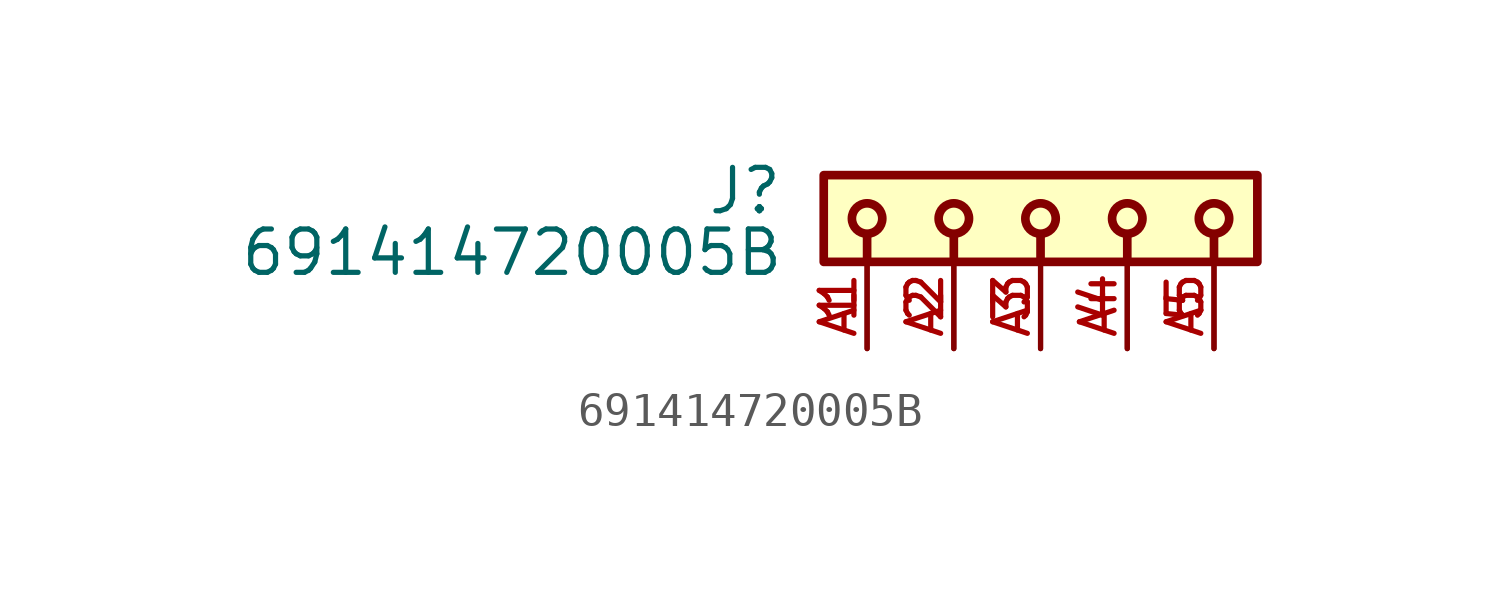
<source format=kicad_sym>
(kicad_symbol_lib
  (version 20211014)
  (generator kicad_symbol_editor)
  (symbol "691414720005B"
    (pin_names
      (offset 1.016))
    (property "Reference" "J"
      (at -7.53 -1.205 0)
      (effects (font (size 1.27 1.27)) (justify bottom right)))
    (property "Value" "691414720005B"
      (at -7.49 -3.01 0)
      (effects (font (size 1.27 1.27)) (justify bottom right)))
    (symbol "691414720005B_0_0"
      (polyline (pts (xy -5.08 -1.778) (xy -5.08 -2.54)) (stroke (width 0.254)))
      (polyline (pts (xy -2.54 -1.778) (xy -2.54 -2.54)) (stroke (width 0.254)))
      (polyline (pts (xy 0.0 -1.778) (xy 0.0 -2.54)) (stroke (width 0.254)))
      (polyline (pts (xy 2.54 -1.778) (xy 2.54 -2.54)) (stroke (width 0.254)))
      (polyline (pts (xy 5.08 -1.778) (xy 5.08 -2.54)) (stroke (width 0.254)))
      (circle (center -5.08 -1.27) (radius 0.445) (stroke (width 0.254)) (fill (type none)))
      (circle (center -2.54 -1.27) (radius 0.445) (stroke (width 0.254)) (fill (type none)))
      (circle (center 0.0 -1.27) (radius 0.445) (stroke (width 0.254)) (fill (type none)))
      (circle (center 2.54 -1.27) (radius 0.445) (stroke (width 0.254)) (fill (type none)))
      (circle (center 5.08 -1.27) (radius 0.445) (stroke (width 0.254)) (fill (type none)))
      (rectangle (start -6.35 -2.54) (end 6.35 0.0) (stroke (width 0.254)) (fill (type background)))
      (pin passive line (at -5.08 -5.08 90.0) (length 2.54) (name "~" (effects (font (size 1.016 1.016)))) (number "1" (effects (font (size 1.016 1.016)))))
      (pin passive line (at -2.54 -5.08 90.0) (length 2.54) (name "~" (effects (font (size 1.016 1.016)))) (number "2" (effects (font (size 1.016 1.016)))))
      (pin passive line (at 0.0 -5.08 90.0) (length 2.54) (name "~" (effects (font (size 1.016 1.016)))) (number "3" (effects (font (size 1.016 1.016)))))
      (pin passive line (at 2.54 -5.08 90.0) (length 2.54) (name "~" (effects (font (size 1.016 1.016)))) (number "4" (effects (font (size 1.016 1.016)))))
      (pin passive line (at 5.08 -5.08 90.0) (length 2.54) (name "~" (effects (font (size 1.016 1.016)))) (number "5" (effects (font (size 1.016 1.016)))))
      (pin passive line (at -5.08 -5.08 90.0) (length 2.54) (name "~" (effects (font (size 1.016 1.016)))) (number "A1" (effects (font (size 1.016 1.016)))))
      (pin passive line (at -2.54 -5.08 90.0) (length 2.54) (name "~" (effects (font (size 1.016 1.016)))) (number "A2" (effects (font (size 1.016 1.016)))))
      (pin passive line (at 0.0 -5.08 90.0) (length 2.54) (name "~" (effects (font (size 1.016 1.016)))) (number "A3" (effects (font (size 1.016 1.016)))))
      (pin passive line (at 2.54 -5.08 90.0) (length 2.54) (name "~" (effects (font (size 1.016 1.016)))) (number "A4" (effects (font (size 1.016 1.016)))))
      (pin passive line (at 5.08 -5.08 90.0) (length 2.54) (name "~" (effects (font (size 1.016 1.016)))) (number "A5" (effects (font (size 1.016 1.016))))))))
</source>
